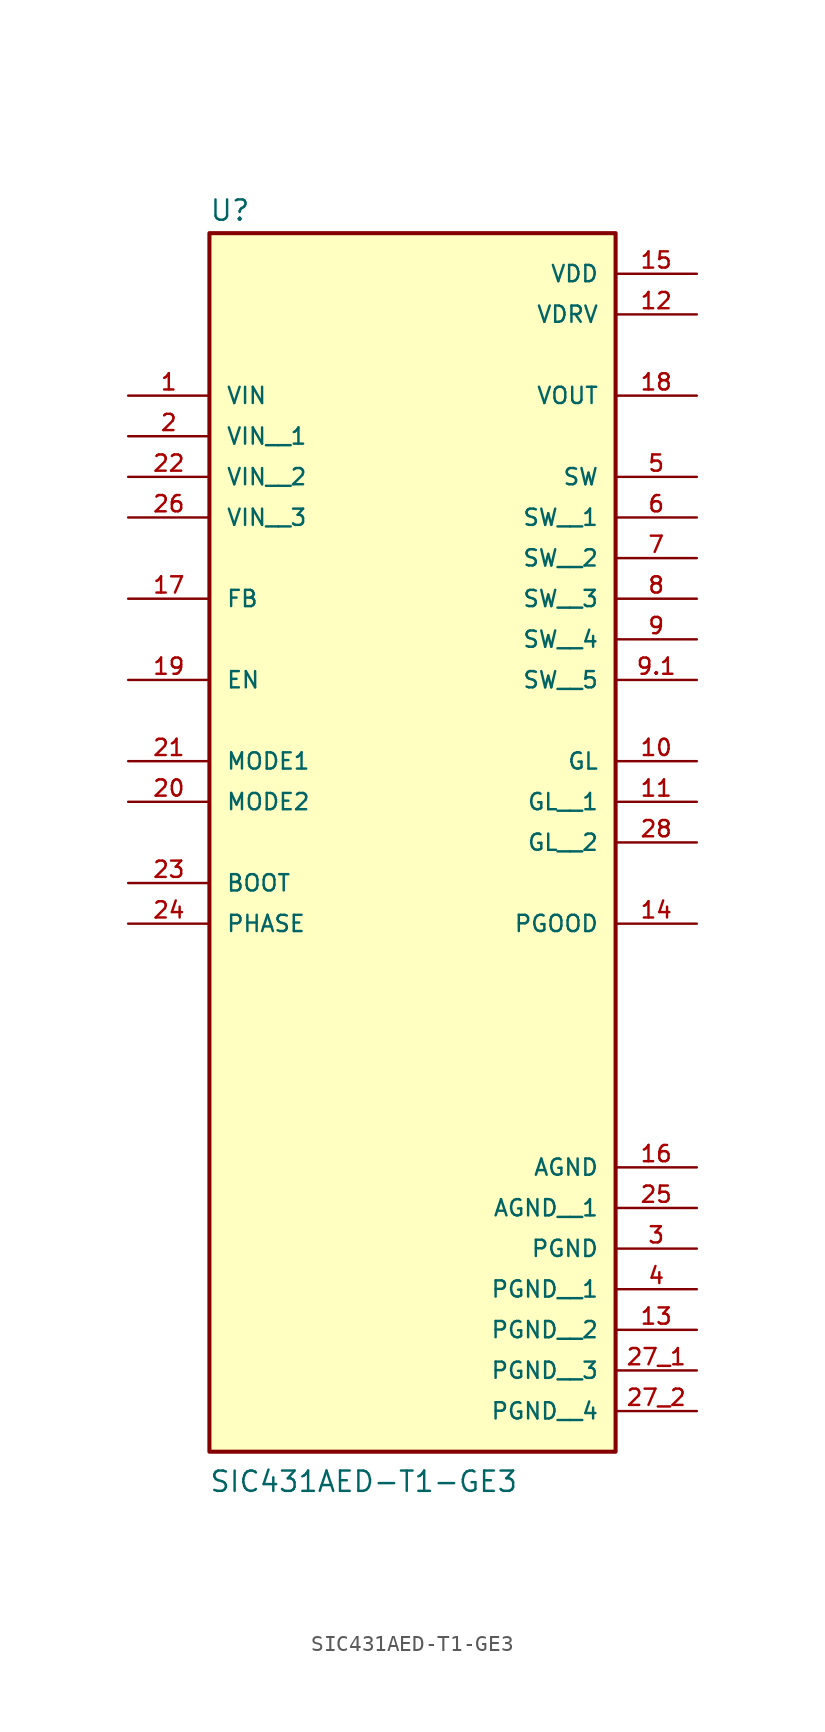
<source format=kicad_sym>
(kicad_symbol_lib
  (version 20211014)
  (generator kicad_symbol_editor)
  (symbol "SIC431AED-T1-GE3"
    (pin_names
      (offset 1.016))
    (property "Reference" "U"
      (at -12.723 23.538 0)
      (effects (font (size 1.27 1.27)) (justify bottom left)))
    (property "Value" "SIC431AED-T1-GE3"
      (at -12.736 -55.953 0)
      (effects (font (size 1.27 1.27)) (justify bottom left)))
    (symbol "SIC431AED-T1-GE3_0_0"
      (rectangle (start -12.7 -53.34) (end 12.7 22.86) (stroke (width 0.254)) (fill (type background)))
      (pin input line (at -17.78 12.7 0) (length 5.08) (name "VIN" (effects (font (size 1.016 1.016)))) (number "1" (effects (font (size 1.016 1.016)))))
      (pin power_in line (at 17.78 -40.64 180.0) (length 5.08) (name "PGND" (effects (font (size 1.016 1.016)))) (number "3" (effects (font (size 1.016 1.016)))))
      (pin output line (at 17.78 7.62 180.0) (length 5.08) (name "SW" (effects (font (size 1.016 1.016)))) (number "5" (effects (font (size 1.016 1.016)))))
      (pin output line (at 17.78 -10.16 180.0) (length 5.08) (name "GL" (effects (font (size 1.016 1.016)))) (number "10" (effects (font (size 1.016 1.016)))))
      (pin power_in line (at 17.78 17.78 180.0) (length 5.08) (name "VDRV" (effects (font (size 1.016 1.016)))) (number "12" (effects (font (size 1.016 1.016)))))
      (pin output line (at 17.78 -20.32 180.0) (length 5.08) (name "PGOOD" (effects (font (size 1.016 1.016)))) (number "14" (effects (font (size 1.016 1.016)))))
      (pin power_in line (at 17.78 20.32 180.0) (length 5.08) (name "VDD" (effects (font (size 1.016 1.016)))) (number "15" (effects (font (size 1.016 1.016)))))
      (pin power_in line (at 17.78 -35.56 180.0) (length 5.08) (name "AGND" (effects (font (size 1.016 1.016)))) (number "16" (effects (font (size 1.016 1.016)))))
      (pin input line (at -17.78 0.0 0) (length 5.08) (name "FB" (effects (font (size 1.016 1.016)))) (number "17" (effects (font (size 1.016 1.016)))))
      (pin output line (at 17.78 12.7 180.0) (length 5.08) (name "VOUT" (effects (font (size 1.016 1.016)))) (number "18" (effects (font (size 1.016 1.016)))))
      (pin input line (at -17.78 -5.08 0) (length 5.08) (name "EN" (effects (font (size 1.016 1.016)))) (number "19" (effects (font (size 1.016 1.016)))))
      (pin input line (at -17.78 -12.7 0) (length 5.08) (name "MODE2" (effects (font (size 1.016 1.016)))) (number "20" (effects (font (size 1.016 1.016)))))
      (pin input line (at -17.78 -10.16 0) (length 5.08) (name "MODE1" (effects (font (size 1.016 1.016)))) (number "21" (effects (font (size 1.016 1.016)))))
      (pin passive line (at -17.78 -17.78 0) (length 5.08) (name "BOOT" (effects (font (size 1.016 1.016)))) (number "23" (effects (font (size 1.016 1.016)))))
      (pin passive line (at -17.78 -20.32 0) (length 5.08) (name "PHASE" (effects (font (size 1.016 1.016)))) (number "24" (effects (font (size 1.016 1.016)))))
      (pin input line (at -17.78 10.16 0) (length 5.08) (name "VIN__1" (effects (font (size 1.016 1.016)))) (number "2" (effects (font (size 1.016 1.016)))))
      (pin input line (at -17.78 7.62 0) (length 5.08) (name "VIN__2" (effects (font (size 1.016 1.016)))) (number "22" (effects (font (size 1.016 1.016)))))
      (pin input line (at -17.78 5.08 0) (length 5.08) (name "VIN__3" (effects (font (size 1.016 1.016)))) (number "26" (effects (font (size 1.016 1.016)))))
      (pin output line (at 17.78 5.08 180.0) (length 5.08) (name "SW__1" (effects (font (size 1.016 1.016)))) (number "6" (effects (font (size 1.016 1.016)))))
      (pin output line (at 17.78 2.54 180.0) (length 5.08) (name "SW__2" (effects (font (size 1.016 1.016)))) (number "7" (effects (font (size 1.016 1.016)))))
      (pin output line (at 17.78 0.0 180.0) (length 5.08) (name "SW__3" (effects (font (size 1.016 1.016)))) (number "8" (effects (font (size 1.016 1.016)))))
      (pin output line (at 17.78 -2.54 180.0) (length 5.08) (name "SW__4" (effects (font (size 1.016 1.016)))) (number "9" (effects (font (size 1.016 1.016)))))
      (pin output line (at 17.78 -5.08 180.0) (length 5.08) (name "SW__5" (effects (font (size 1.016 1.016)))) (number "9.1" (effects (font (size 1.016 1.016)))))
      (pin output line (at 17.78 -12.7 180.0) (length 5.08) (name "GL__1" (effects (font (size 1.016 1.016)))) (number "11" (effects (font (size 1.016 1.016)))))
      (pin output line (at 17.78 -15.24 180.0) (length 5.08) (name "GL__2" (effects (font (size 1.016 1.016)))) (number "28" (effects (font (size 1.016 1.016)))))
      (pin power_in line (at 17.78 -38.1 180.0) (length 5.08) (name "AGND__1" (effects (font (size 1.016 1.016)))) (number "25" (effects (font (size 1.016 1.016)))))
      (pin power_in line (at 17.78 -43.18 180.0) (length 5.08) (name "PGND__1" (effects (font (size 1.016 1.016)))) (number "4" (effects (font (size 1.016 1.016)))))
      (pin power_in line (at 17.78 -45.72 180.0) (length 5.08) (name "PGND__2" (effects (font (size 1.016 1.016)))) (number "13" (effects (font (size 1.016 1.016)))))
      (pin power_in line (at 17.78 -48.26 180.0) (length 5.08) (name "PGND__3" (effects (font (size 1.016 1.016)))) (number "27_1" (effects (font (size 1.016 1.016)))))
      (pin power_in line (at 17.78 -50.8 180.0) (length 5.08) (name "PGND__4" (effects (font (size 1.016 1.016)))) (number "27_2" (effects (font (size 1.016 1.016))))))))
</source>
